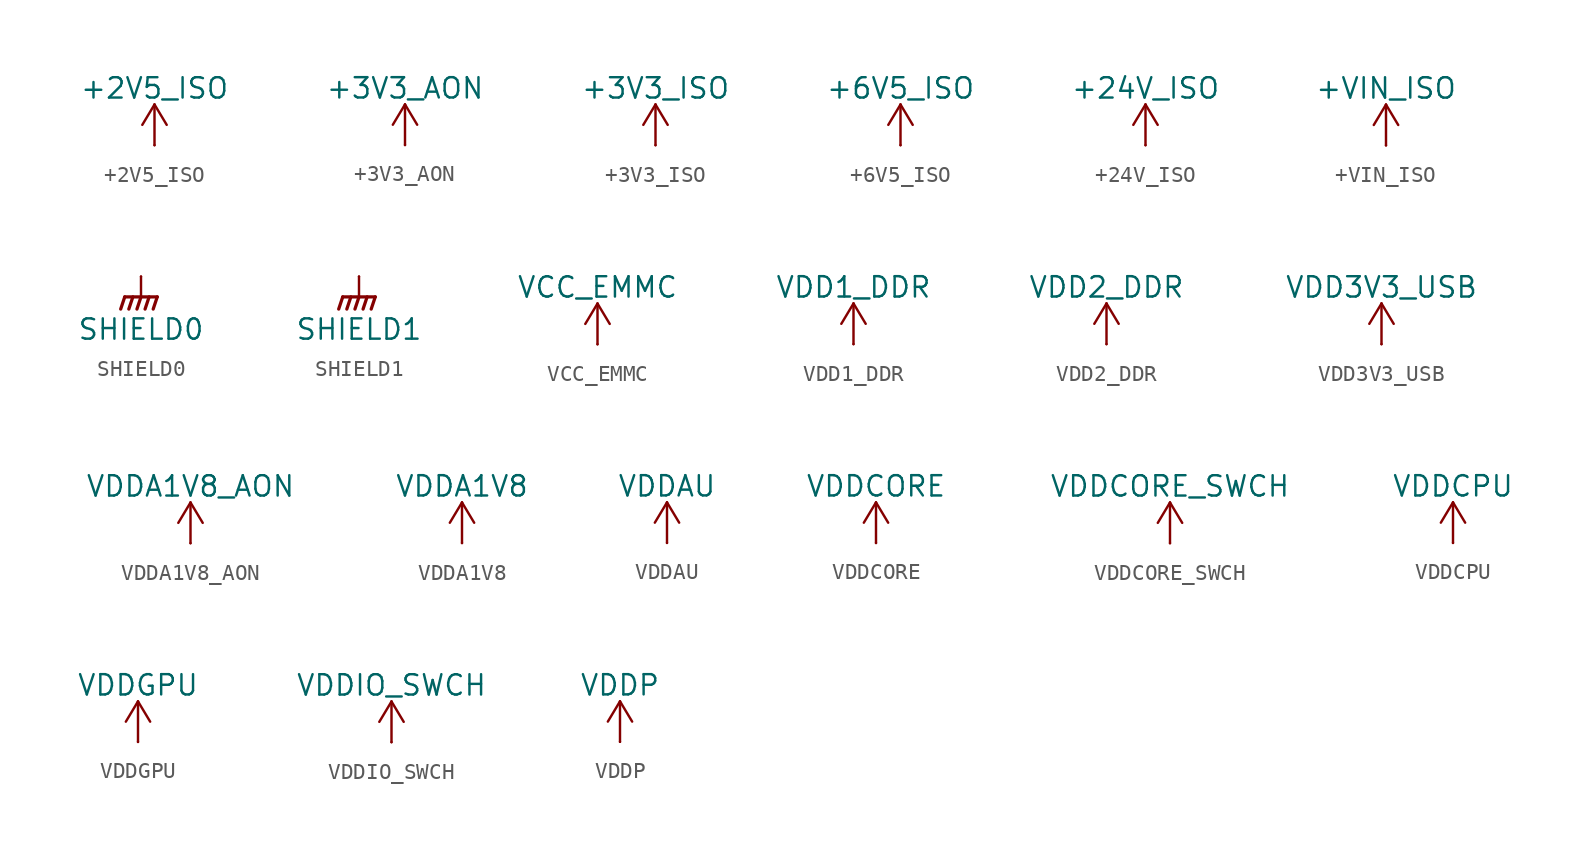
<source format=kicad_sym>
(kicad_symbol_lib
  (version 20241209)
  (generator "kicad_symbol_editor")
  (generator_version "9.0")
  (symbol "+2V5_ISO"
    (power)
    (pin_numbers
      (hide yes))
    (pin_names
      (offset 0)
      (hide yes))
    (property "Reference" "#PWR"
      (at 0 -3.81 0)
      (effects (font (size 1.27 1.27)) (hide yes)))
    (property "Value" "+2V5_ISO"
      (at 0 3.556 0)
      (effects (font (size 1.27 1.27))))
    (symbol "+2V5_ISO_0_1"
      (polyline (pts (xy -0.762 1.27) (xy 0 2.54)) (stroke (width 0) (type default)) (fill (type none)))
      (polyline (pts (xy 0 2.54) (xy 0.762 1.27)) (stroke (width 0) (type default)) (fill (type none)))
      (polyline (pts (xy 0 0) (xy 0 2.54)) (stroke (width 0) (type default)) (fill (type none))))
    (symbol "+2V5_ISO_1_1"
      (pin power_in line (at 0 0 90) (length 0) (name "~" (effects (font (size 1.27 1.27)))) (number "1" (effects (font (size 1.27 1.27)))))))
  (symbol "+3V3_AON"
    (power)
    (pin_numbers
      (hide yes))
    (pin_names
      (offset 0)
      (hide yes))
    (property "Reference" "#PWR"
      (at 0 -3.81 0)
      (effects (font (size 1.27 1.27)) (hide yes)))
    (property "Value" "+3V3_AON"
      (at 0 3.556 0)
      (effects (font (size 1.27 1.27))))
    (symbol "+3V3_AON_0_1"
      (polyline (pts (xy -0.762 1.27) (xy 0 2.54)) (stroke (width 0) (type default)) (fill (type none)))
      (polyline (pts (xy 0 2.54) (xy 0.762 1.27)) (stroke (width 0) (type default)) (fill (type none)))
      (polyline (pts (xy 0 0) (xy 0 2.54)) (stroke (width 0) (type default)) (fill (type none))))
    (symbol "+3V3_AON_1_1"
      (pin power_in line (at 0 0 90) (length 0) (name "~" (effects (font (size 1.27 1.27)))) (number "1" (effects (font (size 1.27 1.27)))))))
  (symbol "+3V3_ISO"
    (power)
    (pin_numbers
      (hide yes))
    (pin_names
      (offset 0)
      (hide yes))
    (property "Reference" "#PWR"
      (at 0 -3.81 0)
      (effects (font (size 1.27 1.27)) (hide yes)))
    (property "Value" "+3V3_ISO"
      (at 0 3.556 0)
      (effects (font (size 1.27 1.27))))
    (symbol "+3V3_ISO_0_1"
      (polyline (pts (xy -0.762 1.27) (xy 0 2.54)) (stroke (width 0) (type default)) (fill (type none)))
      (polyline (pts (xy 0 2.54) (xy 0.762 1.27)) (stroke (width 0) (type default)) (fill (type none)))
      (polyline (pts (xy 0 0) (xy 0 2.54)) (stroke (width 0) (type default)) (fill (type none))))
    (symbol "+3V3_ISO_1_1"
      (pin power_in line (at 0 0 90) (length 0) (name "~" (effects (font (size 1.27 1.27)))) (number "1" (effects (font (size 1.27 1.27)))))))
  (symbol "+6V5_ISO"
    (power)
    (pin_numbers
      (hide yes))
    (pin_names
      (offset 0)
      (hide yes))
    (property "Reference" "#PWR"
      (at 0 -3.81 0)
      (effects (font (size 1.27 1.27)) (hide yes)))
    (property "Value" "+6V5_ISO"
      (at 0 3.556 0)
      (effects (font (size 1.27 1.27))))
    (symbol "+6V5_ISO_0_1"
      (polyline (pts (xy -0.762 1.27) (xy 0 2.54)) (stroke (width 0) (type default)) (fill (type none)))
      (polyline (pts (xy 0 2.54) (xy 0.762 1.27)) (stroke (width 0) (type default)) (fill (type none)))
      (polyline (pts (xy 0 0) (xy 0 2.54)) (stroke (width 0) (type default)) (fill (type none))))
    (symbol "+6V5_ISO_1_1"
      (pin power_in line (at 0 0 90) (length 0) (name "~" (effects (font (size 1.27 1.27)))) (number "1" (effects (font (size 1.27 1.27)))))))
  (symbol "+24V_ISO"
    (power)
    (pin_numbers
      (hide yes))
    (pin_names
      (offset 0)
      (hide yes))
    (property "Reference" "#PWR"
      (at 0 -3.81 0)
      (effects (font (size 1.27 1.27)) (hide yes)))
    (property "Value" "+24V_ISO"
      (at 0 3.556 0)
      (effects (font (size 1.27 1.27))))
    (symbol "+24V_ISO_0_1"
      (polyline (pts (xy -0.762 1.27) (xy 0 2.54)) (stroke (width 0) (type default)) (fill (type none)))
      (polyline (pts (xy 0 2.54) (xy 0.762 1.27)) (stroke (width 0) (type default)) (fill (type none)))
      (polyline (pts (xy 0 0) (xy 0 2.54)) (stroke (width 0) (type default)) (fill (type none))))
    (symbol "+24V_ISO_1_1"
      (pin power_in line (at 0 0 90) (length 0) (name "~" (effects (font (size 1.27 1.27)))) (number "1" (effects (font (size 1.27 1.27)))))))
  (symbol "+VIN_ISO"
    (power)
    (pin_numbers
      (hide yes))
    (pin_names
      (offset 0)
      (hide yes))
    (property "Reference" "#PWR"
      (at 0 -3.81 0)
      (effects (font (size 1.27 1.27)) (hide yes)))
    (property "Value" "+VIN_ISO"
      (at 0 3.556 0)
      (effects (font (size 1.27 1.27))))
    (symbol "+VIN_ISO_0_1"
      (polyline (pts (xy -0.762 1.27) (xy 0 2.54)) (stroke (width 0) (type default)) (fill (type none)))
      (polyline (pts (xy 0 2.54) (xy 0.762 1.27)) (stroke (width 0) (type default)) (fill (type none)))
      (polyline (pts (xy 0 0) (xy 0 2.54)) (stroke (width 0) (type default)) (fill (type none))))
    (symbol "+VIN_ISO_1_1"
      (pin power_in line (at 0 0 90) (length 0) (name "~" (effects (font (size 1.27 1.27)))) (number "1" (effects (font (size 1.27 1.27)))))))
  (symbol "SHIELD0"
    (power)
    (pin_numbers
      (hide yes))
    (pin_names
      (offset 0)
      (hide yes))
    (property "Reference" "#PWR"
      (at 0 -5.08 0)
      (effects (font (size 1.27 1.27)) (hide yes)))
    (property "Value" "SHIELD0"
      (at 0 -3.302 0)
      (effects (font (size 1.27 1.27))))
    (symbol "SHIELD0_0_1"
      (polyline (pts (xy -1.016 -1.27) (xy -1.27 -2.032) (xy -1.27 -2.032)) (stroke (width 0.203) (type default)) (fill (type none)))
      (polyline (pts (xy -0.508 -1.27) (xy -0.762 -2.032) (xy -0.762 -2.032)) (stroke (width 0.203) (type default)) (fill (type none)))
      (polyline (pts (xy 0 -1.27) (xy 0 0)) (stroke (width 0) (type default)) (fill (type none)))
      (polyline (pts (xy 0 -1.27) (xy -0.254 -2.032) (xy -0.254 -2.032)) (stroke (width 0.203) (type default)) (fill (type none)))
      (polyline (pts (xy 0.508 -1.27) (xy 0.254 -2.032) (xy 0.254 -2.032)) (stroke (width 0.203) (type default)) (fill (type none)))
      (polyline (pts (xy 1.016 -1.27) (xy -1.016 -1.27) (xy -1.016 -1.27)) (stroke (width 0.203) (type default)) (fill (type none)))
      (polyline (pts (xy 1.016 -1.27) (xy 0.762 -2.032) (xy 0.762 -2.032) (xy 0.762 -2.032)) (stroke (width 0.203) (type default)) (fill (type none))))
    (symbol "SHIELD0_1_1"
      (pin power_in line (at 0 0 270) (length 0) (name "~" (effects (font (size 1.27 1.27)))) (number "1" (effects (font (size 1.27 1.27)))))))
  (symbol "SHIELD1"
    (power)
    (pin_numbers
      (hide yes))
    (pin_names
      (offset 0)
      (hide yes))
    (property "Reference" "#PWR"
      (at 0 -5.08 0)
      (effects (font (size 1.27 1.27)) (hide yes)))
    (property "Value" "SHIELD1"
      (at 0 -3.302 0)
      (effects (font (size 1.27 1.27))))
    (symbol "SHIELD1_0_1"
      (polyline (pts (xy -1.016 -1.27) (xy -1.27 -2.032) (xy -1.27 -2.032)) (stroke (width 0.203) (type default)) (fill (type none)))
      (polyline (pts (xy -0.508 -1.27) (xy -0.762 -2.032) (xy -0.762 -2.032)) (stroke (width 0.203) (type default)) (fill (type none)))
      (polyline (pts (xy 0 -1.27) (xy 0 0)) (stroke (width 0) (type default)) (fill (type none)))
      (polyline (pts (xy 0 -1.27) (xy -0.254 -2.032) (xy -0.254 -2.032)) (stroke (width 0.203) (type default)) (fill (type none)))
      (polyline (pts (xy 0.508 -1.27) (xy 0.254 -2.032) (xy 0.254 -2.032)) (stroke (width 0.203) (type default)) (fill (type none)))
      (polyline (pts (xy 1.016 -1.27) (xy -1.016 -1.27) (xy -1.016 -1.27)) (stroke (width 0.203) (type default)) (fill (type none)))
      (polyline (pts (xy 1.016 -1.27) (xy 0.762 -2.032) (xy 0.762 -2.032) (xy 0.762 -2.032)) (stroke (width 0.203) (type default)) (fill (type none))))
    (symbol "SHIELD1_1_1"
      (pin power_in line (at 0 0 270) (length 0) (name "~" (effects (font (size 1.27 1.27)))) (number "1" (effects (font (size 1.27 1.27)))))))
  (symbol "VCC_EMMC"
    (power)
    (pin_numbers
      (hide yes))
    (pin_names
      (offset 0)
      (hide yes))
    (property "Reference" "#PWR"
      (at 0 -3.81 0)
      (effects (font (size 1.27 1.27)) (hide yes)))
    (property "Value" "VCC_EMMC"
      (at 0 3.556 0)
      (effects (font (size 1.27 1.27))))
    (symbol "VCC_EMMC_0_1"
      (polyline (pts (xy -0.762 1.27) (xy 0 2.54)) (stroke (width 0) (type default)) (fill (type none)))
      (polyline (pts (xy 0 2.54) (xy 0.762 1.27)) (stroke (width 0) (type default)) (fill (type none)))
      (polyline (pts (xy 0 0) (xy 0 2.54)) (stroke (width 0) (type default)) (fill (type none))))
    (symbol "VCC_EMMC_1_1"
      (pin power_in line (at 0 0 90) (length 0) (name "~" (effects (font (size 1.27 1.27)))) (number "1" (effects (font (size 1.27 1.27)))))))
  (symbol "VDD1_DDR"
    (power)
    (pin_numbers
      (hide yes))
    (pin_names
      (offset 0)
      (hide yes))
    (property "Reference" "#PWR"
      (at 0 -3.81 0)
      (effects (font (size 1.27 1.27)) (hide yes)))
    (property "Value" "VDD1_DDR"
      (at 0 3.556 0)
      (effects (font (size 1.27 1.27))))
    (symbol "VDD1_DDR_0_1"
      (polyline (pts (xy -0.762 1.27) (xy 0 2.54)) (stroke (width 0) (type default)) (fill (type none)))
      (polyline (pts (xy 0 2.54) (xy 0.762 1.27)) (stroke (width 0) (type default)) (fill (type none)))
      (polyline (pts (xy 0 0) (xy 0 2.54)) (stroke (width 0) (type default)) (fill (type none))))
    (symbol "VDD1_DDR_1_1"
      (pin power_in line (at 0 0 90) (length 0) (name "~" (effects (font (size 1.27 1.27)))) (number "1" (effects (font (size 1.27 1.27)))))))
  (symbol "VDD2_DDR"
    (power)
    (pin_numbers
      (hide yes))
    (pin_names
      (offset 0)
      (hide yes))
    (property "Reference" "#PWR"
      (at 0 -3.81 0)
      (effects (font (size 1.27 1.27)) (hide yes)))
    (property "Value" "VDD2_DDR"
      (at 0 3.556 0)
      (effects (font (size 1.27 1.27))))
    (symbol "VDD2_DDR_0_1"
      (polyline (pts (xy -0.762 1.27) (xy 0 2.54)) (stroke (width 0) (type default)) (fill (type none)))
      (polyline (pts (xy 0 2.54) (xy 0.762 1.27)) (stroke (width 0) (type default)) (fill (type none)))
      (polyline (pts (xy 0 0) (xy 0 2.54)) (stroke (width 0) (type default)) (fill (type none))))
    (symbol "VDD2_DDR_1_1"
      (pin power_in line (at 0 0 90) (length 0) (name "~" (effects (font (size 1.27 1.27)))) (number "1" (effects (font (size 1.27 1.27)))))))
  (symbol "VDD3V3_USB"
    (power)
    (pin_numbers
      (hide yes))
    (pin_names
      (offset 0)
      (hide yes))
    (property "Reference" "#PWR"
      (at 0 -3.81 0)
      (effects (font (size 1.27 1.27)) (hide yes)))
    (property "Value" "VDD3V3_USB"
      (at 0 3.556 0)
      (effects (font (size 1.27 1.27))))
    (symbol "VDD3V3_USB_0_1"
      (polyline (pts (xy -0.762 1.27) (xy 0 2.54)) (stroke (width 0) (type default)) (fill (type none)))
      (polyline (pts (xy 0 2.54) (xy 0.762 1.27)) (stroke (width 0) (type default)) (fill (type none)))
      (polyline (pts (xy 0 0) (xy 0 2.54)) (stroke (width 0) (type default)) (fill (type none))))
    (symbol "VDD3V3_USB_1_1"
      (pin power_in line (at 0 0 90) (length 0) (name "~" (effects (font (size 1.27 1.27)))) (number "1" (effects (font (size 1.27 1.27)))))))
  (symbol "VDDA1V8_AON"
    (power)
    (pin_numbers
      (hide yes))
    (pin_names
      (offset 0)
      (hide yes))
    (property "Reference" "#PWR"
      (at 0 -3.81 0)
      (effects (font (size 1.27 1.27)) (hide yes)))
    (property "Value" "VDDA1V8_AON"
      (at 0 3.556 0)
      (effects (font (size 1.27 1.27))))
    (symbol "VDDA1V8_AON_0_1"
      (polyline (pts (xy -0.762 1.27) (xy 0 2.54)) (stroke (width 0) (type default)) (fill (type none)))
      (polyline (pts (xy 0 2.54) (xy 0.762 1.27)) (stroke (width 0) (type default)) (fill (type none)))
      (polyline (pts (xy 0 0) (xy 0 2.54)) (stroke (width 0) (type default)) (fill (type none))))
    (symbol "VDDA1V8_AON_1_1"
      (pin power_in line (at 0 0 90) (length 0) (name "~" (effects (font (size 1.27 1.27)))) (number "1" (effects (font (size 1.27 1.27)))))))
  (symbol "VDDA1V8"
    (power)
    (pin_numbers
      (hide yes))
    (pin_names
      (offset 0)
      (hide yes))
    (property "Reference" "#PWR"
      (at 0 -3.81 0)
      (effects (font (size 1.27 1.27)) (hide yes)))
    (property "Value" "VDDA1V8"
      (at 0 3.556 0)
      (effects (font (size 1.27 1.27))))
    (symbol "VDDA1V8_0_1"
      (polyline (pts (xy -0.762 1.27) (xy 0 2.54)) (stroke (width 0) (type default)) (fill (type none)))
      (polyline (pts (xy 0 2.54) (xy 0.762 1.27)) (stroke (width 0) (type default)) (fill (type none)))
      (polyline (pts (xy 0 0) (xy 0 2.54)) (stroke (width 0) (type default)) (fill (type none))))
    (symbol "VDDA1V8_1_1"
      (pin power_in line (at 0 0 90) (length 0) (name "~" (effects (font (size 1.27 1.27)))) (number "1" (effects (font (size 1.27 1.27)))))))
  (symbol "VDDAU"
    (power)
    (pin_numbers
      (hide yes))
    (pin_names
      (offset 0)
      (hide yes))
    (property "Reference" "#PWR"
      (at 0 -3.81 0)
      (effects (font (size 1.27 1.27)) (hide yes)))
    (property "Value" "VDDAU"
      (at 0 3.556 0)
      (effects (font (size 1.27 1.27))))
    (symbol "VDDAU_0_1"
      (polyline (pts (xy -0.762 1.27) (xy 0 2.54)) (stroke (width 0) (type default)) (fill (type none)))
      (polyline (pts (xy 0 2.54) (xy 0.762 1.27)) (stroke (width 0) (type default)) (fill (type none)))
      (polyline (pts (xy 0 0) (xy 0 2.54)) (stroke (width 0) (type default)) (fill (type none))))
    (symbol "VDDAU_1_1"
      (pin power_in line (at 0 0 90) (length 0) (name "~" (effects (font (size 1.27 1.27)))) (number "1" (effects (font (size 1.27 1.27)))))))
  (symbol "VDDCORE"
    (power)
    (pin_numbers
      (hide yes))
    (pin_names
      (offset 0)
      (hide yes))
    (property "Reference" "#PWR"
      (at 0 -3.81 0)
      (effects (font (size 1.27 1.27)) (hide yes)))
    (property "Value" "VDDCORE"
      (at 0 3.556 0)
      (effects (font (size 1.27 1.27))))
    (symbol "VDDCORE_0_1"
      (polyline (pts (xy -0.762 1.27) (xy 0 2.54)) (stroke (width 0) (type default)) (fill (type none)))
      (polyline (pts (xy 0 2.54) (xy 0.762 1.27)) (stroke (width 0) (type default)) (fill (type none)))
      (polyline (pts (xy 0 0) (xy 0 2.54)) (stroke (width 0) (type default)) (fill (type none))))
    (symbol "VDDCORE_1_1"
      (pin power_in line (at 0 0 90) (length 0) (name "~" (effects (font (size 1.27 1.27)))) (number "1" (effects (font (size 1.27 1.27)))))))
  (symbol "VDDCORE_SWCH"
    (power)
    (pin_numbers
      (hide yes))
    (pin_names
      (offset 0)
      (hide yes))
    (property "Reference" "#PWR"
      (at 0 -3.81 0)
      (effects (font (size 1.27 1.27)) (hide yes)))
    (property "Value" "VDDCORE_SWCH"
      (at 0 3.556 0)
      (effects (font (size 1.27 1.27))))
    (symbol "VDDCORE_SWCH_0_1"
      (polyline (pts (xy -0.762 1.27) (xy 0 2.54)) (stroke (width 0) (type default)) (fill (type none)))
      (polyline (pts (xy 0 2.54) (xy 0.762 1.27)) (stroke (width 0) (type default)) (fill (type none)))
      (polyline (pts (xy 0 0) (xy 0 2.54)) (stroke (width 0) (type default)) (fill (type none))))
    (symbol "VDDCORE_SWCH_1_1"
      (pin power_in line (at 0 0 90) (length 0) (name "~" (effects (font (size 1.27 1.27)))) (number "1" (effects (font (size 1.27 1.27)))))))
  (symbol "VDDCPU"
    (power)
    (pin_numbers
      (hide yes))
    (pin_names
      (offset 0)
      (hide yes))
    (property "Reference" "#PWR"
      (at 0 -3.81 0)
      (effects (font (size 1.27 1.27)) (hide yes)))
    (property "Value" "VDDCPU"
      (at 0 3.556 0)
      (effects (font (size 1.27 1.27))))
    (symbol "VDDCPU_0_1"
      (polyline (pts (xy -0.762 1.27) (xy 0 2.54)) (stroke (width 0) (type default)) (fill (type none)))
      (polyline (pts (xy 0 2.54) (xy 0.762 1.27)) (stroke (width 0) (type default)) (fill (type none)))
      (polyline (pts (xy 0 0) (xy 0 2.54)) (stroke (width 0) (type default)) (fill (type none))))
    (symbol "VDDCPU_1_1"
      (pin power_in line (at 0 0 90) (length 0) (name "~" (effects (font (size 1.27 1.27)))) (number "1" (effects (font (size 1.27 1.27)))))))
  (symbol "VDDGPU"
    (power)
    (pin_numbers
      (hide yes))
    (pin_names
      (offset 0)
      (hide yes))
    (property "Reference" "#PWR"
      (at 0 -3.81 0)
      (effects (font (size 1.27 1.27)) (hide yes)))
    (property "Value" "VDDGPU"
      (at 0 3.556 0)
      (effects (font (size 1.27 1.27))))
    (symbol "VDDGPU_0_1"
      (polyline (pts (xy -0.762 1.27) (xy 0 2.54)) (stroke (width 0) (type default)) (fill (type none)))
      (polyline (pts (xy 0 2.54) (xy 0.762 1.27)) (stroke (width 0) (type default)) (fill (type none)))
      (polyline (pts (xy 0 0) (xy 0 2.54)) (stroke (width 0) (type default)) (fill (type none))))
    (symbol "VDDGPU_1_1"
      (pin power_in line (at 0 0 90) (length 0) (name "~" (effects (font (size 1.27 1.27)))) (number "1" (effects (font (size 1.27 1.27)))))))
  (symbol "VDDIO_SWCH"
    (power)
    (pin_numbers
      (hide yes))
    (pin_names
      (offset 0)
      (hide yes))
    (property "Reference" "#PWR"
      (at 0 -3.81 0)
      (effects (font (size 1.27 1.27)) (hide yes)))
    (property "Value" "VDDIO_SWCH"
      (at 0 3.556 0)
      (effects (font (size 1.27 1.27))))
    (symbol "VDDIO_SWCH_0_1"
      (polyline (pts (xy -0.762 1.27) (xy 0 2.54)) (stroke (width 0) (type default)) (fill (type none)))
      (polyline (pts (xy 0 2.54) (xy 0.762 1.27)) (stroke (width 0) (type default)) (fill (type none)))
      (polyline (pts (xy 0 0) (xy 0 2.54)) (stroke (width 0) (type default)) (fill (type none))))
    (symbol "VDDIO_SWCH_1_1"
      (pin power_in line (at 0 0 90) (length 0) (name "~" (effects (font (size 1.27 1.27)))) (number "1" (effects (font (size 1.27 1.27)))))))
  (symbol "VDDP"
    (power)
    (pin_numbers
      (hide yes))
    (pin_names
      (offset 0)
      (hide yes))
    (property "Reference" "#PWR"
      (at 0 -3.81 0)
      (effects (font (size 1.27 1.27)) (hide yes)))
    (property "Value" "VDDP"
      (at 0 3.556 0)
      (effects (font (size 1.27 1.27))))
    (symbol "VDDP_0_1"
      (polyline (pts (xy -0.762 1.27) (xy 0 2.54)) (stroke (width 0) (type default)) (fill (type none)))
      (polyline (pts (xy 0 2.54) (xy 0.762 1.27)) (stroke (width 0) (type default)) (fill (type none)))
      (polyline (pts (xy 0 0) (xy 0 2.54)) (stroke (width 0) (type default)) (fill (type none))))
    (symbol "VDDP_1_1"
      (pin power_in line (at 0 0 90) (length 0) (name "~" (effects (font (size 1.27 1.27)))) (number "1" (effects (font (size 1.27 1.27))))))))
</source>
